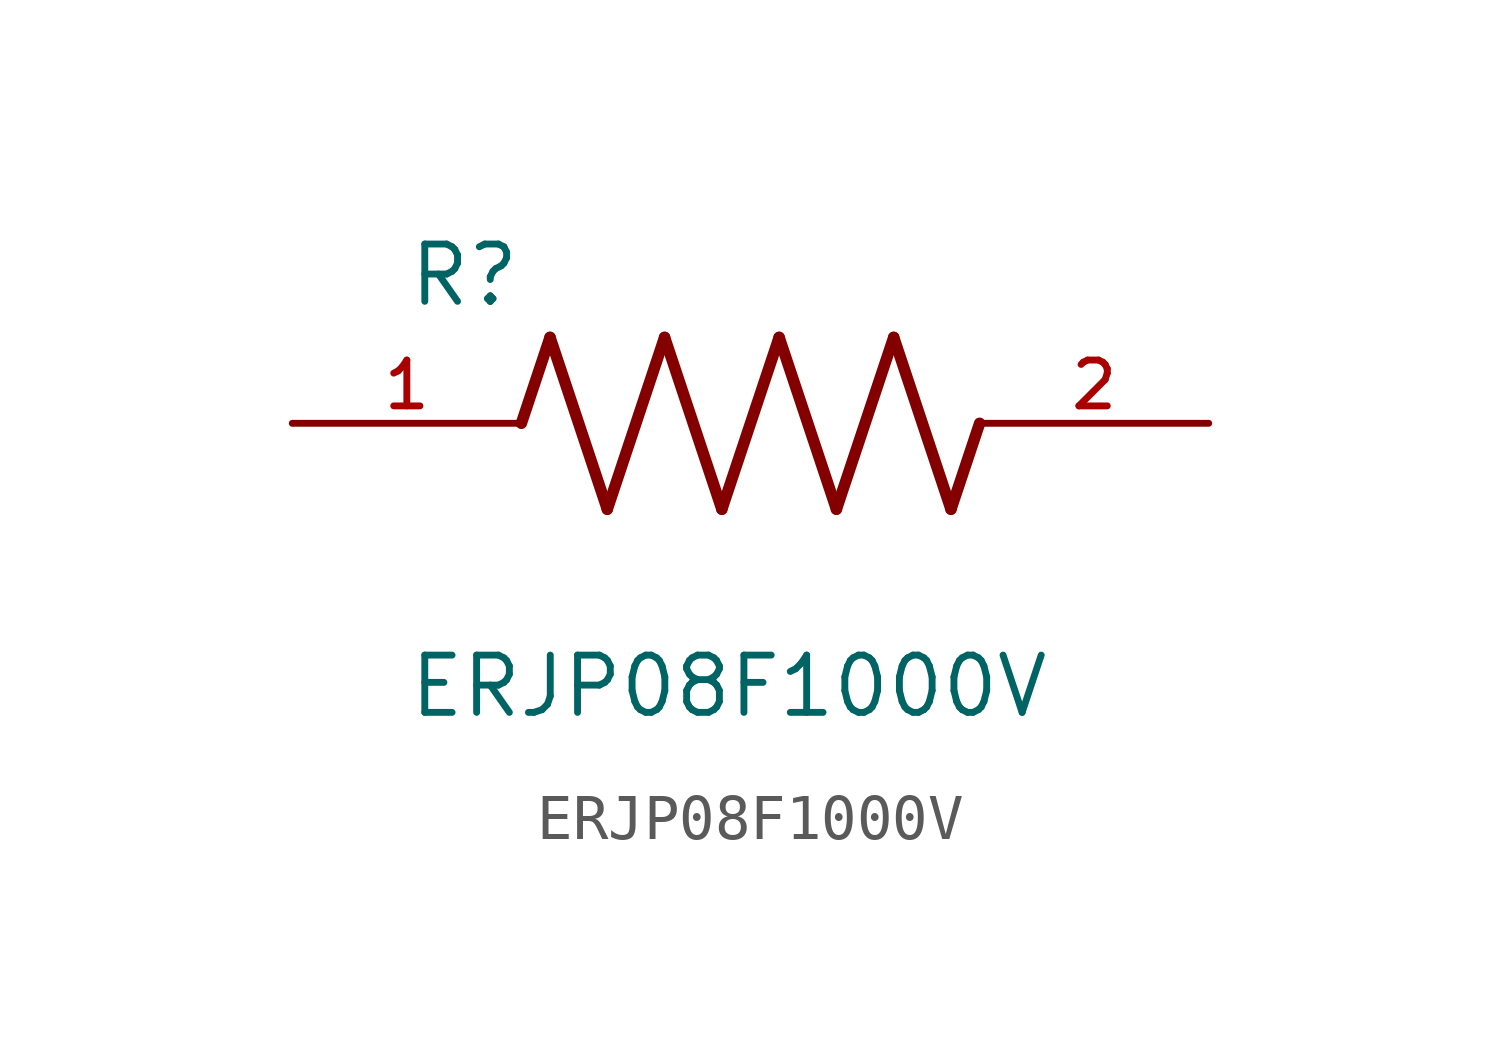
<source format=kicad_sym>
(kicad_symbol_lib
  (version 20211014)
  (generator kicad_symbol_editor)
  (symbol "ERJP08F1000V"
    (pin_names
      (offset 1.016))
    (property "Reference" "R"
      (at -7.624 2.541 0)
      (effects (font (size 1.27 1.27)) (justify bottom left)))
    (property "Value" "ERJP08F1000V"
      (at -7.624 -5.087 0)
      (effects (font (size 1.27 1.27)) (justify top left)))
    (symbol "ERJP08F1000V_0_0"
      (polyline (pts (xy -5.08 0.0) (xy -4.445 1.905)) (stroke (width 0.254)))
      (polyline (pts (xy -4.445 1.905) (xy -3.175 -1.905)) (stroke (width 0.254)))
      (polyline (pts (xy -3.175 -1.905) (xy -1.905 1.905)) (stroke (width 0.254)))
      (polyline (pts (xy -1.905 1.905) (xy -0.635 -1.905)) (stroke (width 0.254)))
      (polyline (pts (xy -0.635 -1.905) (xy 0.635 1.905)) (stroke (width 0.254)))
      (polyline (pts (xy 0.635 1.905) (xy 1.905 -1.905)) (stroke (width 0.254)))
      (polyline (pts (xy 1.905 -1.905) (xy 3.175 1.905)) (stroke (width 0.254)))
      (polyline (pts (xy 3.175 1.905) (xy 4.445 -1.905)) (stroke (width 0.254)))
      (polyline (pts (xy 4.445 -1.905) (xy 5.08 0.0)) (stroke (width 0.254)))
      (pin passive line (at -10.16 0.0 0) (length 5.08) (name "~" (effects (font (size 1.016 1.016)))) (number "1" (effects (font (size 1.016 1.016)))))
      (pin passive line (at 10.16 0.0 180.0) (length 5.08) (name "~" (effects (font (size 1.016 1.016)))) (number "2" (effects (font (size 1.016 1.016))))))))
</source>
